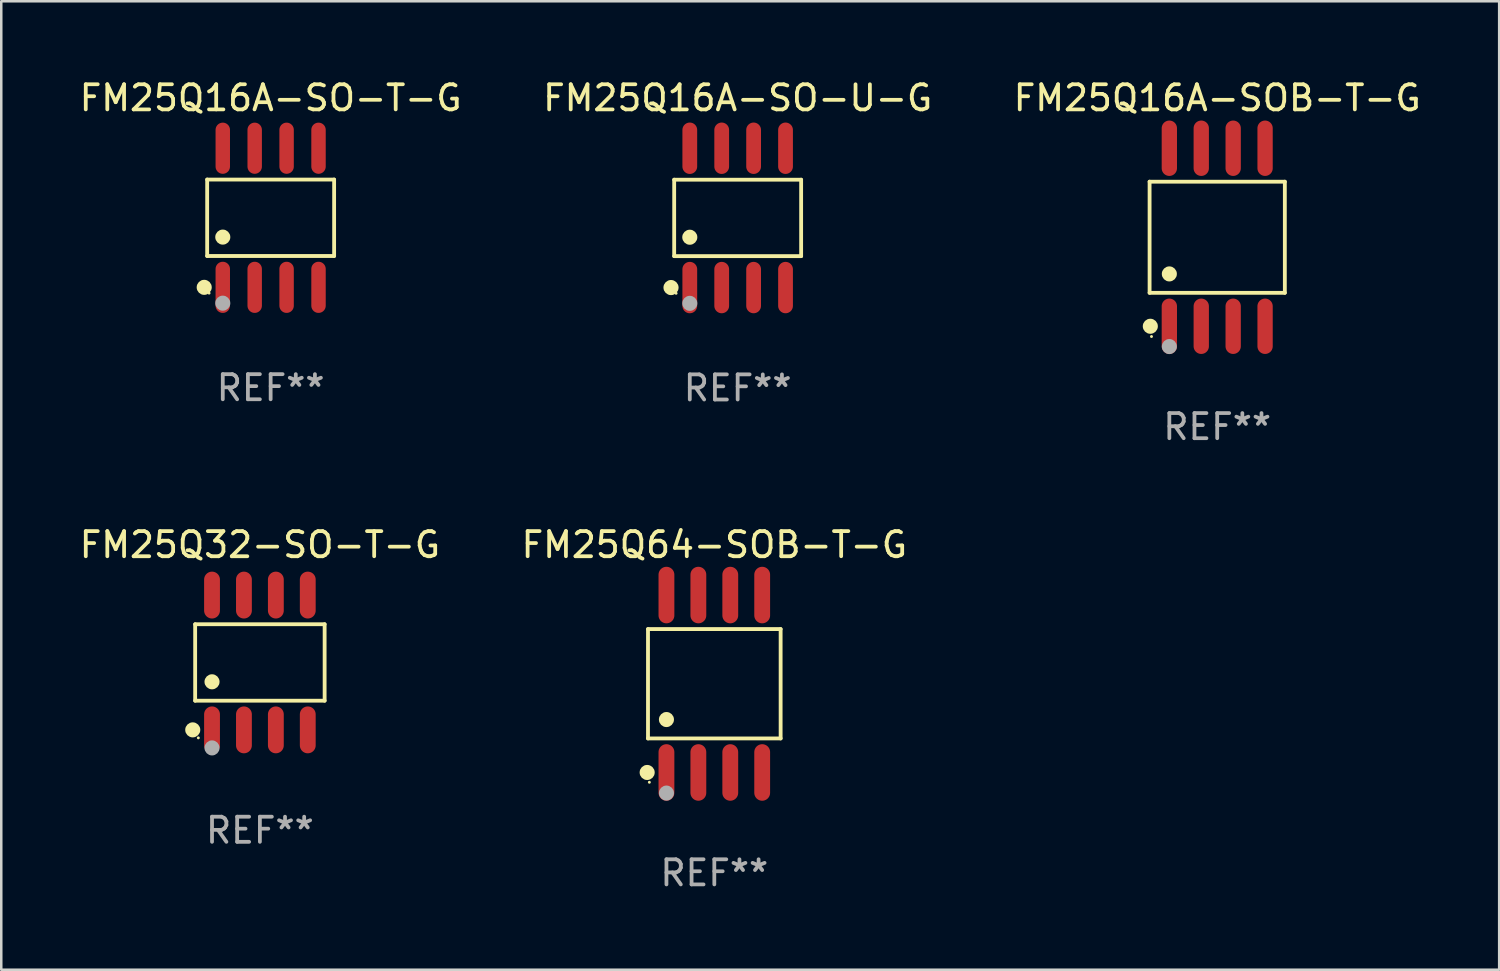
<source format=kicad_pcb>
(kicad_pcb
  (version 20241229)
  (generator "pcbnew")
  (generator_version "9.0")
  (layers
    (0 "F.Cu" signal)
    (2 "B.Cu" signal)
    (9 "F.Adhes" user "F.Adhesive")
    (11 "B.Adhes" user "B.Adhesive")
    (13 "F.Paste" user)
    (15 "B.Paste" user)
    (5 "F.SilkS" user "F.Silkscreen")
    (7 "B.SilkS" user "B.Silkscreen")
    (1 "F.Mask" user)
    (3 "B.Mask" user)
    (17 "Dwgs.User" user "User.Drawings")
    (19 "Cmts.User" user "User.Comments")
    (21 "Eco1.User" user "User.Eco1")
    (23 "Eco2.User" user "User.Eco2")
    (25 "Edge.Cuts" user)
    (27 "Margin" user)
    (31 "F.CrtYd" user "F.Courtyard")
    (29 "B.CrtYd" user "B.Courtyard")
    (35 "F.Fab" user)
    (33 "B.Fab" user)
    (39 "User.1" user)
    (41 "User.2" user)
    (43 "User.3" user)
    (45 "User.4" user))
  (footprint "FM25Q64-SOB-T-G"
    (layer "F.Cu")
    (at 25.375 24.159)
    (property "Reference" "FM25Q64-SOB-T-G" (at 0 -5.53 0) (layer "F.SilkS") (effects (font (size 1 1) (thickness 0.15))))
    (attr through_hole)
    (fp_line (start -2.639 -2.176) (end 2.639 -2.176) (stroke (width 0.152) (type solid)) (layer "F.SilkS"))
    (fp_line (start -2.639 2.176) (end -2.639 -2.176) (stroke (width 0.152) (type solid)) (layer "F.SilkS"))
    (fp_line (start 2.639 -2.176) (end 2.639 2.176) (stroke (width 0.152) (type solid)) (layer "F.SilkS"))
    (fp_line (start 2.639 2.176) (end -2.639 2.176) (stroke (width 0.152) (type solid)) (layer "F.SilkS"))
    (fp_circle (center -2.672 3.53) (end -2.522 3.53) (stroke (width 0.3) (type solid)) (fill no) (layer "F.SilkS"))
    (fp_circle (center -2.585 3.92) (end -2.555 3.92) (stroke (width 0.06) (type solid)) (fill no) (layer "F.SilkS"))
    (fp_circle (center -1.905 1.424) (end -1.755 1.424) (stroke (width 0.3) (type solid)) (fill no) (layer "F.SilkS"))
    (fp_circle (center -1.905 4.35) (end -1.755 4.35) (stroke (width 0.3) (type solid)) (fill no) (layer "F.Fab"))
    (fp_text user "REF**" (at 0 7.53 0) (layer "F.Fab") (effects (font (size 1 1) (thickness 0.15))))
    (pad "1" smd oval (at -1.905 3.53) (size 0.63 2.25) (layers "F.Cu" "F.Mask" "F.Paste"))
    (pad "2" smd oval (at -0.635 3.53) (size 0.63 2.25) (layers "F.Cu" "F.Mask" "F.Paste"))
    (pad "3" smd oval (at 0.635 3.53) (size 0.63 2.25) (layers "F.Cu" "F.Mask" "F.Paste"))
    (pad "4" smd oval (at 1.905 3.53) (size 0.63 2.25) (layers "F.Cu" "F.Mask" "F.Paste"))
    (pad "5" smd oval (at 1.905 -3.53) (size 0.63 2.25) (layers "F.Cu" "F.Mask" "F.Paste"))
    (pad "6" smd oval (at 0.635 -3.53) (size 0.63 2.25) (layers "F.Cu" "F.Mask" "F.Paste"))
    (pad "7" smd oval (at -0.635 -3.53) (size 0.63 2.25) (layers "F.Cu" "F.Mask" "F.Paste"))
    (pad "8" smd oval (at -1.905 -3.53) (size 0.63 2.25) (layers "F.Cu" "F.Mask" "F.Paste")))
  (footprint "FM25Q16A-SO-T-G"
    (layer "F.Cu")
    (at 7.72 5.616)
    (property "Reference" "FM25Q16A-SO-T-G" (at 0 -4.768 0) (layer "F.SilkS") (effects (font (size 1 1) (thickness 0.15))))
    (attr through_hole)
    (fp_line (start -2.526 -1.521) (end 2.526 -1.521) (stroke (width 0.152) (type solid)) (layer "F.SilkS"))
    (fp_line (start -2.526 1.521) (end -2.526 -1.521) (stroke (width 0.152) (type solid)) (layer "F.SilkS"))
    (fp_line (start 2.526 -1.521) (end 2.526 1.521) (stroke (width 0.152) (type solid)) (layer "F.SilkS"))
    (fp_line (start 2.526 1.521) (end -2.526 1.521) (stroke (width 0.152) (type solid)) (layer "F.SilkS"))
    (fp_circle (center -2.644 2.768) (end -2.494 2.768) (stroke (width 0.3) (type solid)) (fill no) (layer "F.SilkS"))
    (fp_circle (center -2.45 2.998) (end -2.42 2.998) (stroke (width 0.06) (type solid)) (fill no) (layer "F.SilkS"))
    (fp_circle (center -1.905 0.769) (end -1.755 0.769) (stroke (width 0.3) (type solid)) (fill no) (layer "F.SilkS"))
    (fp_circle (center -1.905 3.398) (end -1.755 3.398) (stroke (width 0.3) (type solid)) (fill no) (layer "F.Fab"))
    (fp_text user "REF**" (at 0 6.768 0) (layer "F.Fab") (effects (font (size 1 1) (thickness 0.15))))
    (pad "1" smd oval (at -1.905 2.768) (size 0.574 2.036) (layers "F.Cu" "F.Mask" "F.Paste"))
    (pad "2" smd oval (at -0.635 2.768) (size 0.574 2.036) (layers "F.Cu" "F.Mask" "F.Paste"))
    (pad "3" smd oval (at 0.635 2.768) (size 0.574 2.036) (layers "F.Cu" "F.Mask" "F.Paste"))
    (pad "4" smd oval (at 1.905 2.768) (size 0.574 2.036) (layers "F.Cu" "F.Mask" "F.Paste"))
    (pad "5" smd oval (at 1.905 -2.768) (size 0.574 2.036) (layers "F.Cu" "F.Mask" "F.Paste"))
    (pad "6" smd oval (at 0.635 -2.768) (size 0.574 2.036) (layers "F.Cu" "F.Mask" "F.Paste"))
    (pad "7" smd oval (at -0.635 -2.768) (size 0.574 2.036) (layers "F.Cu" "F.Mask" "F.Paste"))
    (pad "8" smd oval (at -1.905 -2.768) (size 0.574 2.036) (layers "F.Cu" "F.Mask" "F.Paste")))
  (footprint "FM25Q16A-SO-U-G"
    (layer "F.Cu")
    (at 26.304 5.621)
    (property "Reference" "FM25Q16A-SO-U-G" (at 0 -4.772 0) (layer "F.SilkS") (effects (font (size 1 1) (thickness 0.15))))
    (attr through_hole)
    (fp_line (start -2.526 -1.521) (end 2.526 -1.521) (stroke (width 0.152) (type solid)) (layer "F.SilkS"))
    (fp_line (start -2.526 1.521) (end -2.526 -1.521) (stroke (width 0.152) (type solid)) (layer "F.SilkS"))
    (fp_line (start 2.526 -1.521) (end 2.526 1.521) (stroke (width 0.152) (type solid)) (layer "F.SilkS"))
    (fp_line (start 2.526 1.521) (end -2.526 1.521) (stroke (width 0.152) (type solid)) (layer "F.SilkS"))
    (fp_circle (center -2.652 2.772) (end -2.501 2.772) (stroke (width 0.3) (type solid)) (fill no) (layer "F.SilkS"))
    (fp_circle (center -2.45 3) (end -2.42 3) (stroke (width 0.06) (type solid)) (fill no) (layer "F.SilkS"))
    (fp_circle (center -1.905 0.769) (end -1.755 0.769) (stroke (width 0.3) (type solid)) (fill no) (layer "F.SilkS"))
    (fp_circle (center -1.905 3.4) (end -1.755 3.4) (stroke (width 0.3) (type solid)) (fill no) (layer "F.Fab"))
    (fp_text user "REF**" (at 0 6.772 0) (layer "F.Fab") (effects (font (size 1 1) (thickness 0.15))))
    (pad "1" smd oval (at -1.905 2.772) (size 0.588 2.045) (layers "F.Cu" "F.Mask" "F.Paste"))
    (pad "2" smd oval (at -0.635 2.772) (size 0.588 2.045) (layers "F.Cu" "F.Mask" "F.Paste"))
    (pad "3" smd oval (at 0.635 2.772) (size 0.588 2.045) (layers "F.Cu" "F.Mask" "F.Paste"))
    (pad "4" smd oval (at 1.905 2.772) (size 0.588 2.045) (layers "F.Cu" "F.Mask" "F.Paste"))
    (pad "5" smd oval (at 1.905 -2.772) (size 0.588 2.045) (layers "F.Cu" "F.Mask" "F.Paste"))
    (pad "6" smd oval (at 0.635 -2.772) (size 0.588 2.045) (layers "F.Cu" "F.Mask" "F.Paste"))
    (pad "7" smd oval (at -0.635 -2.772) (size 0.588 2.045) (layers "F.Cu" "F.Mask" "F.Paste"))
    (pad "8" smd oval (at -1.905 -2.772) (size 0.588 2.045) (layers "F.Cu" "F.Mask" "F.Paste")))
  (footprint "FM25Q16A-SOB-T-G"
    (layer "F.Cu")
    (at 45.387 6.391)
    (property "Reference" "FM25Q16A-SOB-T-G" (at 0 -5.542 0) (layer "F.SilkS") (effects (font (size 1 1) (thickness 0.15))))
    (attr through_hole)
    (fp_line (start -2.691 -2.211) (end 2.691 -2.211) (stroke (width 0.152) (type solid)) (layer "F.SilkS"))
    (fp_line (start -2.691 2.211) (end -2.691 -2.211) (stroke (width 0.152) (type solid)) (layer "F.SilkS"))
    (fp_line (start 2.691 -2.211) (end 2.691 2.211) (stroke (width 0.152) (type solid)) (layer "F.SilkS"))
    (fp_line (start 2.691 2.211) (end -2.691 2.211) (stroke (width 0.152) (type solid)) (layer "F.SilkS"))
    (fp_circle (center -2.662 3.542) (end -2.512 3.542) (stroke (width 0.3) (type solid)) (fill no) (layer "F.SilkS"))
    (fp_circle (center -2.615 3.95) (end -2.585 3.95) (stroke (width 0.06) (type solid)) (fill no) (layer "F.SilkS"))
    (fp_circle (center -1.905 1.459) (end -1.755 1.459) (stroke (width 0.3) (type solid)) (fill no) (layer "F.SilkS"))
    (fp_circle (center -1.905 4.35) (end -1.755 4.35) (stroke (width 0.3) (type solid)) (fill no) (layer "F.Fab"))
    (fp_text user "REF**" (at 0 7.542 0) (layer "F.Fab") (effects (font (size 1 1) (thickness 0.15))))
    (pad "1" smd oval (at -1.905 3.542) (size 0.609 2.204) (layers "F.Cu" "F.Mask" "F.Paste"))
    (pad "2" smd oval (at -0.635 3.542) (size 0.609 2.204) (layers "F.Cu" "F.Mask" "F.Paste"))
    (pad "3" smd oval (at 0.635 3.542) (size 0.609 2.204) (layers "F.Cu" "F.Mask" "F.Paste"))
    (pad "4" smd oval (at 1.905 3.542) (size 0.609 2.204) (layers "F.Cu" "F.Mask" "F.Paste"))
    (pad "5" smd oval (at 1.905 -3.542) (size 0.609 2.204) (layers "F.Cu" "F.Mask" "F.Paste"))
    (pad "6" smd oval (at 0.635 -3.542) (size 0.609 2.204) (layers "F.Cu" "F.Mask" "F.Paste"))
    (pad "7" smd oval (at -0.635 -3.542) (size 0.609 2.204) (layers "F.Cu" "F.Mask" "F.Paste"))
    (pad "8" smd oval (at -1.905 -3.542) (size 0.609 2.204) (layers "F.Cu" "F.Mask" "F.Paste")))
  (footprint "FM25Q32-SO-T-G"
    (layer "F.Cu")
    (at 7.292 23.312)
    (property "Reference" "FM25Q32-SO-T-G" (at 0 -4.682 0) (layer "F.SilkS") (effects (font (size 1 1) (thickness 0.15))))
    (attr through_hole)
    (fp_line (start -2.576 -1.521) (end 2.576 -1.521) (stroke (width 0.152) (type solid)) (layer "F.SilkS"))
    (fp_line (start -2.576 1.521) (end -2.576 -1.521) (stroke (width 0.152) (type solid)) (layer "F.SilkS"))
    (fp_line (start 2.576 -1.521) (end 2.576 1.521) (stroke (width 0.152) (type solid)) (layer "F.SilkS"))
    (fp_line (start 2.576 1.521) (end -2.576 1.521) (stroke (width 0.152) (type solid)) (layer "F.SilkS"))
    (fp_circle (center -2.672 2.682) (end -2.522 2.682) (stroke (width 0.3) (type solid)) (fill no) (layer "F.SilkS"))
    (fp_circle (center -2.45 3) (end -2.42 3) (stroke (width 0.06) (type solid)) (fill no) (layer "F.SilkS"))
    (fp_circle (center -1.905 0.769) (end -1.755 0.769) (stroke (width 0.3) (type solid)) (fill no) (layer "F.SilkS"))
    (fp_circle (center -1.905 3.4) (end -1.755 3.4) (stroke (width 0.3) (type solid)) (fill no) (layer "F.Fab"))
    (fp_text user "REF**" (at 0 6.682 0) (layer "F.Fab") (effects (font (size 1 1) (thickness 0.15))))
    (pad "1" smd oval (at -1.905 2.682) (size 0.63 1.865) (layers "F.Cu" "F.Mask" "F.Paste"))
    (pad "2" smd oval (at -0.635 2.682) (size 0.63 1.865) (layers "F.Cu" "F.Mask" "F.Paste"))
    (pad "3" smd oval (at 0.635 2.682) (size 0.63 1.865) (layers "F.Cu" "F.Mask" "F.Paste"))
    (pad "4" smd oval (at 1.905 2.682) (size 0.63 1.865) (layers "F.Cu" "F.Mask" "F.Paste"))
    (pad "5" smd oval (at 1.905 -2.682) (size 0.63 1.865) (layers "F.Cu" "F.Mask" "F.Paste"))
    (pad "6" smd oval (at 0.635 -2.682) (size 0.63 1.865) (layers "F.Cu" "F.Mask" "F.Paste"))
    (pad "7" smd oval (at -0.635 -2.682) (size 0.63 1.865) (layers "F.Cu" "F.Mask" "F.Paste"))
    (pad "8" smd oval (at -1.905 -2.682) (size 0.63 1.865) (layers "F.Cu" "F.Mask" "F.Paste")))
  (gr_rect
    (start -3 -3)
    (end 56.607 35.538)
    (stroke (width 0.1) (type default))
    (fill no)
    (layer "Edge.Cuts")))
</source>
